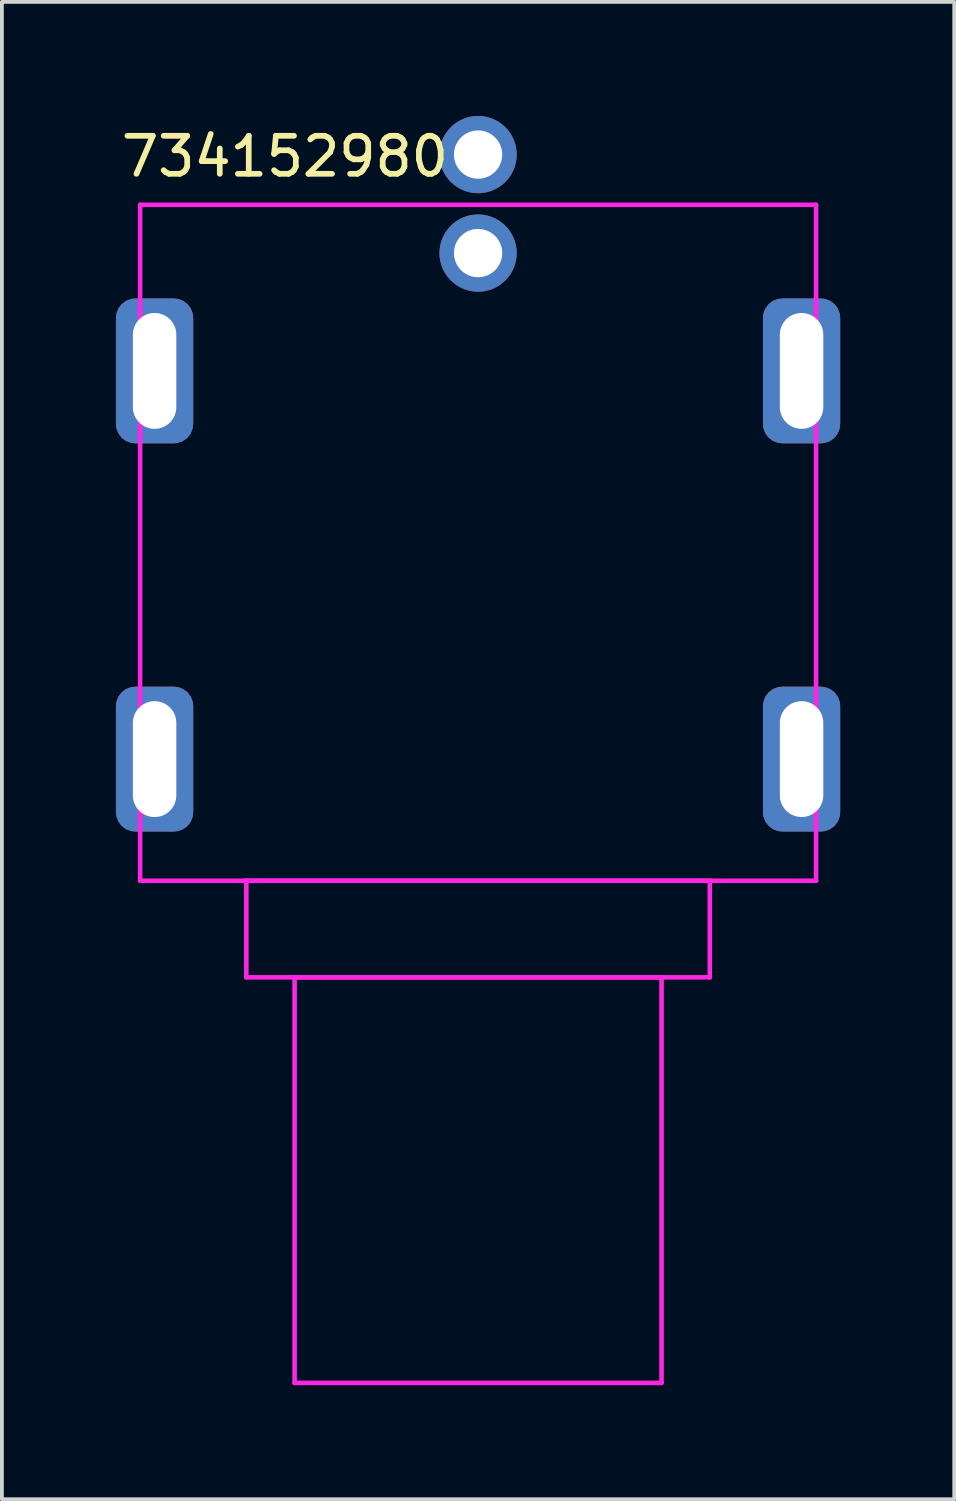
<source format=kicad_pcb>
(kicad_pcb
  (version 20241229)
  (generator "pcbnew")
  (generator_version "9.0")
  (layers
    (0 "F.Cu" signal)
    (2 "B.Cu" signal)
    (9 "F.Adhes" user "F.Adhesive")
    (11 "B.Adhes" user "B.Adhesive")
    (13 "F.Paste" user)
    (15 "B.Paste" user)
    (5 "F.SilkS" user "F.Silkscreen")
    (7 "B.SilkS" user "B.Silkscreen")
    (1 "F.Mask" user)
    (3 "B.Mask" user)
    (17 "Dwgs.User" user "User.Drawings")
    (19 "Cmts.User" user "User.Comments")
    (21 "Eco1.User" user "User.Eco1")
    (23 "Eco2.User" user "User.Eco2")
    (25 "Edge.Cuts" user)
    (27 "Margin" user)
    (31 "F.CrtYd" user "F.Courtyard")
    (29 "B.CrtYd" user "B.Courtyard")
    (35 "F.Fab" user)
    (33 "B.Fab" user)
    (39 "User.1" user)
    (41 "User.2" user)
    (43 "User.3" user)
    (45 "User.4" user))
  (footprint "734152980"
    (layer "F.Cu")
    (at 9.525 3.607)
    (property "Reference" "734152980" (at -5.08 -2.54 0) (layer "F.SilkS") (effects (font (size 1 1) (thickness 0.15))))
    (attr through_hole)
    (fp_line (start -8.89 -1.27) (end 8.89 -1.27) (stroke (width 0.12) (type solid)) (layer "F.CrtYd"))
    (fp_line (start -8.89 16.51) (end -8.89 -1.27) (stroke (width 0.12) (type solid)) (layer "F.CrtYd"))
    (fp_line (start -6.096 16.51) (end 6.096 16.51) (stroke (width 0.12) (type solid)) (layer "F.CrtYd"))
    (fp_line (start -6.096 19.05) (end -6.096 16.51) (stroke (width 0.12) (type solid)) (layer "F.CrtYd"))
    (fp_line (start -4.826 19.05) (end 4.826 19.05) (stroke (width 0.12) (type solid)) (layer "F.CrtYd"))
    (fp_line (start -4.826 29.718) (end -4.826 19.05) (stroke (width 0.12) (type solid)) (layer "F.CrtYd"))
    (fp_line (start 4.826 19.05) (end 4.826 29.718) (stroke (width 0.12) (type solid)) (layer "F.CrtYd"))
    (fp_line (start 4.826 29.718) (end -4.826 29.718) (stroke (width 0.12) (type solid)) (layer "F.CrtYd"))
    (fp_line (start 6.096 16.51) (end 6.096 19.05) (stroke (width 0.12) (type solid)) (layer "F.CrtYd"))
    (fp_line (start 6.096 19.05) (end -6.096 19.05) (stroke (width 0.12) (type solid)) (layer "F.CrtYd"))
    (fp_line (start 8.89 -1.27) (end 8.89 16.51) (stroke (width 0.12) (type solid)) (layer "F.CrtYd"))
    (fp_line (start 8.89 16.51) (end -8.89 16.51) (stroke (width 0.12) (type solid)) (layer "F.CrtYd"))
    (pad "1" thru_hole circle (at 0 -2.591) (size 2.032 2.032) (drill 1.27) (layers "*.Cu" "*.Mask"))
    (pad "2" thru_hole circle (at 0 0) (size 2.032 2.032) (drill 1.27) (layers "*.Cu" "*.Mask"))
    (pad "3" thru_hole roundrect (at -8.509 3.099) (size 2.032 3.81) (drill oval 1.143 3.048) (layers "*.Cu" "*.Mask") (roundrect_rratio 0.25))
    (pad "3" thru_hole roundrect (at -8.509 13.31) (size 2.032 3.81) (drill oval 1.143 3.048) (layers "*.Cu" "*.Mask") (roundrect_rratio 0.25))
    (pad "3" thru_hole roundrect (at 8.509 3.099) (size 2.032 3.81) (drill oval 1.143 3.048) (layers "*.Cu" "*.Mask") (roundrect_rratio 0.25))
    (pad "3" thru_hole roundrect (at 8.509 13.31) (size 2.032 3.81) (drill oval 1.143 3.048) (layers "*.Cu" "*.Mask") (roundrect_rratio 0.25)))
  (gr_rect
    (start -3 -3)
    (end 22.05 36.385)
    (stroke (width 0.1) (type default))
    (fill no)
    (layer "Edge.Cuts")))
</source>
